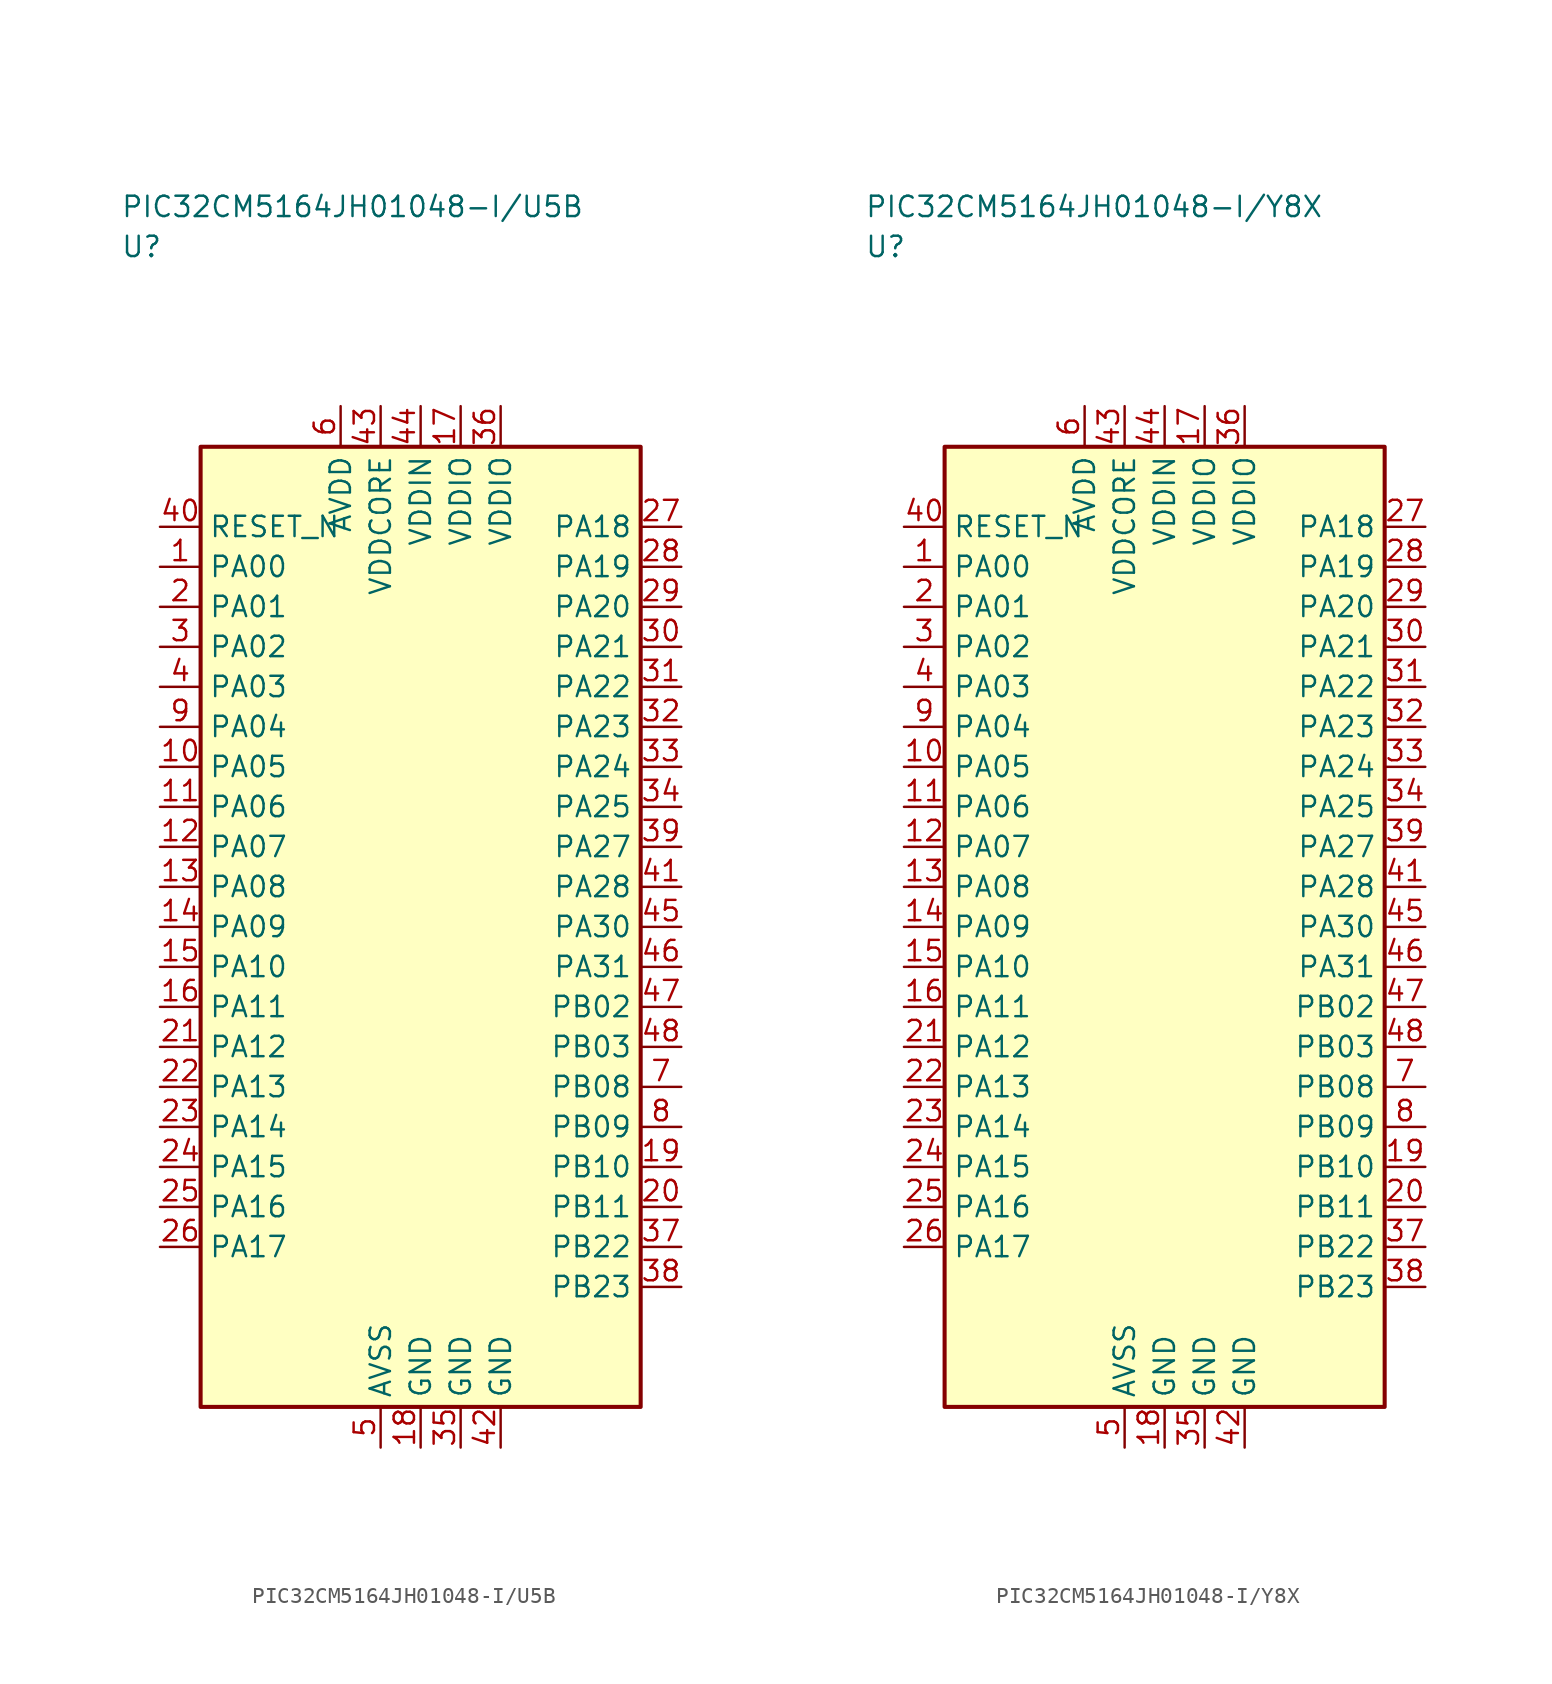
<source format=kicad_sym>
(kicad_symbol_lib
  (version 20241025)
  (generator "kicad_symbol_editor")
  (generator_version "8.0")
  (symbol "PIC32CM5164JH01048-I/U5B"
    (property "Reference" "U"
      (at -18.75 42.5 0)
      (effects (font (size 1.27 1.27)) (justify left)))
    (property "Value" "PIC32CM5164JH01048-I/U5B"
      (at -18.75 45.0 0)
      (effects (font (size 1.27 1.27)) (justify left)))
    (symbol "PIC32CM5164JH01048-I/U5B_0_1"
      (rectangle (start -13.75 30.0) (end 13.75 -30.0) (stroke (width 0.254) (type default)) (fill (type background))))
    (symbol "PIC32CM5164JH01048-I/U5B_1_1"
      (pin bidirectional line (at -16.29 22.5 0.0) (length 2.54) (name "PA00" (effects (font (size 1.27 1.27)))) (number "1" (effects (font (size 1.27 1.27)))))
      (pin bidirectional line (at -16.29 20.0 0.0) (length 2.54) (name "PA01" (effects (font (size 1.27 1.27)))) (number "2" (effects (font (size 1.27 1.27)))))
      (pin bidirectional line (at -16.29 17.5 0.0) (length 2.54) (name "PA02" (effects (font (size 1.27 1.27)))) (number "3" (effects (font (size 1.27 1.27)))))
      (pin bidirectional line (at -16.29 15.0 0.0) (length 2.54) (name "PA03" (effects (font (size 1.27 1.27)))) (number "4" (effects (font (size 1.27 1.27)))))
      (pin passive line (at -2.5 -32.54 90.0) (length 2.54) (name "AVSS" (effects (font (size 1.27 1.27)))) (number "5" (effects (font (size 1.27 1.27)))))
      (pin power_in line (at -5.0 32.54 270.0) (length 2.54) (name "AVDD" (effects (font (size 1.27 1.27)))) (number "6" (effects (font (size 1.27 1.27)))))
      (pin bidirectional line (at 16.29 -10.0 180.0) (length 2.54) (name "PB08" (effects (font (size 1.27 1.27)))) (number "7" (effects (font (size 1.27 1.27)))))
      (pin bidirectional line (at 16.29 -12.5 180.0) (length 2.54) (name "PB09" (effects (font (size 1.27 1.27)))) (number "8" (effects (font (size 1.27 1.27)))))
      (pin bidirectional line (at -16.29 12.5 0.0) (length 2.54) (name "PA04" (effects (font (size 1.27 1.27)))) (number "9" (effects (font (size 1.27 1.27)))))
      (pin bidirectional line (at -16.29 10.0 0.0) (length 2.54) (name "PA05" (effects (font (size 1.27 1.27)))) (number "10" (effects (font (size 1.27 1.27)))))
      (pin bidirectional line (at -16.29 7.5 0.0) (length 2.54) (name "PA06" (effects (font (size 1.27 1.27)))) (number "11" (effects (font (size 1.27 1.27)))))
      (pin bidirectional line (at -16.29 5.0 0.0) (length 2.54) (name "PA07" (effects (font (size 1.27 1.27)))) (number "12" (effects (font (size 1.27 1.27)))))
      (pin bidirectional line (at -16.29 2.5 0.0) (length 2.54) (name "PA08" (effects (font (size 1.27 1.27)))) (number "13" (effects (font (size 1.27 1.27)))))
      (pin bidirectional line (at -16.29 0.0 0.0) (length 2.54) (name "PA09" (effects (font (size 1.27 1.27)))) (number "14" (effects (font (size 1.27 1.27)))))
      (pin bidirectional line (at -16.29 -2.5 0.0) (length 2.54) (name "PA10" (effects (font (size 1.27 1.27)))) (number "15" (effects (font (size 1.27 1.27)))))
      (pin bidirectional line (at -16.29 -5.0 0.0) (length 2.54) (name "PA11" (effects (font (size 1.27 1.27)))) (number "16" (effects (font (size 1.27 1.27)))))
      (pin power_in line (at 2.5 32.54 270.0) (length 2.54) (name "VDDIO" (effects (font (size 1.27 1.27)))) (number "17" (effects (font (size 1.27 1.27)))))
      (pin passive line (at 0.0 -32.54 90.0) (length 2.54) (name "GND" (effects (font (size 1.27 1.27)))) (number "18" (effects (font (size 1.27 1.27)))))
      (pin bidirectional line (at 16.29 -15.0 180.0) (length 2.54) (name "PB10" (effects (font (size 1.27 1.27)))) (number "19" (effects (font (size 1.27 1.27)))))
      (pin bidirectional line (at 16.29 -17.5 180.0) (length 2.54) (name "PB11" (effects (font (size 1.27 1.27)))) (number "20" (effects (font (size 1.27 1.27)))))
      (pin bidirectional line (at -16.29 -7.5 0.0) (length 2.54) (name "PA12" (effects (font (size 1.27 1.27)))) (number "21" (effects (font (size 1.27 1.27)))))
      (pin bidirectional line (at -16.29 -10.0 0.0) (length 2.54) (name "PA13" (effects (font (size 1.27 1.27)))) (number "22" (effects (font (size 1.27 1.27)))))
      (pin bidirectional line (at -16.29 -12.5 0.0) (length 2.54) (name "PA14" (effects (font (size 1.27 1.27)))) (number "23" (effects (font (size 1.27 1.27)))))
      (pin bidirectional line (at -16.29 -15.0 0.0) (length 2.54) (name "PA15" (effects (font (size 1.27 1.27)))) (number "24" (effects (font (size 1.27 1.27)))))
      (pin bidirectional line (at -16.29 -17.5 0.0) (length 2.54) (name "PA16" (effects (font (size 1.27 1.27)))) (number "25" (effects (font (size 1.27 1.27)))))
      (pin bidirectional line (at -16.29 -20.0 0.0) (length 2.54) (name "PA17" (effects (font (size 1.27 1.27)))) (number "26" (effects (font (size 1.27 1.27)))))
      (pin bidirectional line (at 16.29 25.0 180.0) (length 2.54) (name "PA18" (effects (font (size 1.27 1.27)))) (number "27" (effects (font (size 1.27 1.27)))))
      (pin bidirectional line (at 16.29 22.5 180.0) (length 2.54) (name "PA19" (effects (font (size 1.27 1.27)))) (number "28" (effects (font (size 1.27 1.27)))))
      (pin bidirectional line (at 16.29 20.0 180.0) (length 2.54) (name "PA20" (effects (font (size 1.27 1.27)))) (number "29" (effects (font (size 1.27 1.27)))))
      (pin bidirectional line (at 16.29 17.5 180.0) (length 2.54) (name "PA21" (effects (font (size 1.27 1.27)))) (number "30" (effects (font (size 1.27 1.27)))))
      (pin bidirectional line (at 16.29 15.0 180.0) (length 2.54) (name "PA22" (effects (font (size 1.27 1.27)))) (number "31" (effects (font (size 1.27 1.27)))))
      (pin bidirectional line (at 16.29 12.5 180.0) (length 2.54) (name "PA23" (effects (font (size 1.27 1.27)))) (number "32" (effects (font (size 1.27 1.27)))))
      (pin bidirectional line (at 16.29 10.0 180.0) (length 2.54) (name "PA24" (effects (font (size 1.27 1.27)))) (number "33" (effects (font (size 1.27 1.27)))))
      (pin bidirectional line (at 16.29 7.5 180.0) (length 2.54) (name "PA25" (effects (font (size 1.27 1.27)))) (number "34" (effects (font (size 1.27 1.27)))))
      (pin passive line (at 2.5 -32.54 90.0) (length 2.54) (name "GND" (effects (font (size 1.27 1.27)))) (number "35" (effects (font (size 1.27 1.27)))))
      (pin power_in line (at 5.0 32.54 270.0) (length 2.54) (name "VDDIO" (effects (font (size 1.27 1.27)))) (number "36" (effects (font (size 1.27 1.27)))))
      (pin bidirectional line (at 16.29 -20.0 180.0) (length 2.54) (name "PB22" (effects (font (size 1.27 1.27)))) (number "37" (effects (font (size 1.27 1.27)))))
      (pin bidirectional line (at 16.29 -22.5 180.0) (length 2.54) (name "PB23" (effects (font (size 1.27 1.27)))) (number "38" (effects (font (size 1.27 1.27)))))
      (pin bidirectional line (at 16.29 5.0 180.0) (length 2.54) (name "PA27" (effects (font (size 1.27 1.27)))) (number "39" (effects (font (size 1.27 1.27)))))
      (pin input line (at -16.29 25.0 0.0) (length 2.54) (name "RESET_N" (effects (font (size 1.27 1.27)))) (number "40" (effects (font (size 1.27 1.27)))))
      (pin bidirectional line (at 16.29 2.5 180.0) (length 2.54) (name "PA28" (effects (font (size 1.27 1.27)))) (number "41" (effects (font (size 1.27 1.27)))))
      (pin passive line (at 5.0 -32.54 90.0) (length 2.54) (name "GND" (effects (font (size 1.27 1.27)))) (number "42" (effects (font (size 1.27 1.27)))))
      (pin power_in line (at -2.5 32.54 270.0) (length 2.54) (name "VDDCORE" (effects (font (size 1.27 1.27)))) (number "43" (effects (font (size 1.27 1.27)))))
      (pin power_in line (at 0.0 32.54 270.0) (length 2.54) (name "VDDIN" (effects (font (size 1.27 1.27)))) (number "44" (effects (font (size 1.27 1.27)))))
      (pin bidirectional line (at 16.29 0.0 180.0) (length 2.54) (name "PA30" (effects (font (size 1.27 1.27)))) (number "45" (effects (font (size 1.27 1.27)))))
      (pin bidirectional line (at 16.29 -2.5 180.0) (length 2.54) (name "PA31" (effects (font (size 1.27 1.27)))) (number "46" (effects (font (size 1.27 1.27)))))
      (pin bidirectional line (at 16.29 -5.0 180.0) (length 2.54) (name "PB02" (effects (font (size 1.27 1.27)))) (number "47" (effects (font (size 1.27 1.27)))))
      (pin bidirectional line (at 16.29 -7.5 180.0) (length 2.54) (name "PB03" (effects (font (size 1.27 1.27)))) (number "48" (effects (font (size 1.27 1.27)))))))
  (symbol "PIC32CM5164JH01048-I/Y8X"
    (property "Reference" "U"
      (at -18.75 42.5 0)
      (effects (font (size 1.27 1.27)) (justify left)))
    (property "Value" "PIC32CM5164JH01048-I/Y8X"
      (at -18.75 45.0 0)
      (effects (font (size 1.27 1.27)) (justify left)))
    (symbol "PIC32CM5164JH01048-I/Y8X_0_1"
      (rectangle (start -13.75 30.0) (end 13.75 -30.0) (stroke (width 0.254) (type default)) (fill (type background))))
    (symbol "PIC32CM5164JH01048-I/Y8X_1_1"
      (pin bidirectional line (at -16.29 22.5 0.0) (length 2.54) (name "PA00" (effects (font (size 1.27 1.27)))) (number "1" (effects (font (size 1.27 1.27)))))
      (pin bidirectional line (at -16.29 20.0 0.0) (length 2.54) (name "PA01" (effects (font (size 1.27 1.27)))) (number "2" (effects (font (size 1.27 1.27)))))
      (pin bidirectional line (at -16.29 17.5 0.0) (length 2.54) (name "PA02" (effects (font (size 1.27 1.27)))) (number "3" (effects (font (size 1.27 1.27)))))
      (pin bidirectional line (at -16.29 15.0 0.0) (length 2.54) (name "PA03" (effects (font (size 1.27 1.27)))) (number "4" (effects (font (size 1.27 1.27)))))
      (pin passive line (at -2.5 -32.54 90.0) (length 2.54) (name "AVSS" (effects (font (size 1.27 1.27)))) (number "5" (effects (font (size 1.27 1.27)))))
      (pin power_in line (at -5.0 32.54 270.0) (length 2.54) (name "AVDD" (effects (font (size 1.27 1.27)))) (number "6" (effects (font (size 1.27 1.27)))))
      (pin bidirectional line (at 16.29 -10.0 180.0) (length 2.54) (name "PB08" (effects (font (size 1.27 1.27)))) (number "7" (effects (font (size 1.27 1.27)))))
      (pin bidirectional line (at 16.29 -12.5 180.0) (length 2.54) (name "PB09" (effects (font (size 1.27 1.27)))) (number "8" (effects (font (size 1.27 1.27)))))
      (pin bidirectional line (at -16.29 12.5 0.0) (length 2.54) (name "PA04" (effects (font (size 1.27 1.27)))) (number "9" (effects (font (size 1.27 1.27)))))
      (pin bidirectional line (at -16.29 10.0 0.0) (length 2.54) (name "PA05" (effects (font (size 1.27 1.27)))) (number "10" (effects (font (size 1.27 1.27)))))
      (pin bidirectional line (at -16.29 7.5 0.0) (length 2.54) (name "PA06" (effects (font (size 1.27 1.27)))) (number "11" (effects (font (size 1.27 1.27)))))
      (pin bidirectional line (at -16.29 5.0 0.0) (length 2.54) (name "PA07" (effects (font (size 1.27 1.27)))) (number "12" (effects (font (size 1.27 1.27)))))
      (pin bidirectional line (at -16.29 2.5 0.0) (length 2.54) (name "PA08" (effects (font (size 1.27 1.27)))) (number "13" (effects (font (size 1.27 1.27)))))
      (pin bidirectional line (at -16.29 0.0 0.0) (length 2.54) (name "PA09" (effects (font (size 1.27 1.27)))) (number "14" (effects (font (size 1.27 1.27)))))
      (pin bidirectional line (at -16.29 -2.5 0.0) (length 2.54) (name "PA10" (effects (font (size 1.27 1.27)))) (number "15" (effects (font (size 1.27 1.27)))))
      (pin bidirectional line (at -16.29 -5.0 0.0) (length 2.54) (name "PA11" (effects (font (size 1.27 1.27)))) (number "16" (effects (font (size 1.27 1.27)))))
      (pin power_in line (at 2.5 32.54 270.0) (length 2.54) (name "VDDIO" (effects (font (size 1.27 1.27)))) (number "17" (effects (font (size 1.27 1.27)))))
      (pin passive line (at 0.0 -32.54 90.0) (length 2.54) (name "GND" (effects (font (size 1.27 1.27)))) (number "18" (effects (font (size 1.27 1.27)))))
      (pin bidirectional line (at 16.29 -15.0 180.0) (length 2.54) (name "PB10" (effects (font (size 1.27 1.27)))) (number "19" (effects (font (size 1.27 1.27)))))
      (pin bidirectional line (at 16.29 -17.5 180.0) (length 2.54) (name "PB11" (effects (font (size 1.27 1.27)))) (number "20" (effects (font (size 1.27 1.27)))))
      (pin bidirectional line (at -16.29 -7.5 0.0) (length 2.54) (name "PA12" (effects (font (size 1.27 1.27)))) (number "21" (effects (font (size 1.27 1.27)))))
      (pin bidirectional line (at -16.29 -10.0 0.0) (length 2.54) (name "PA13" (effects (font (size 1.27 1.27)))) (number "22" (effects (font (size 1.27 1.27)))))
      (pin bidirectional line (at -16.29 -12.5 0.0) (length 2.54) (name "PA14" (effects (font (size 1.27 1.27)))) (number "23" (effects (font (size 1.27 1.27)))))
      (pin bidirectional line (at -16.29 -15.0 0.0) (length 2.54) (name "PA15" (effects (font (size 1.27 1.27)))) (number "24" (effects (font (size 1.27 1.27)))))
      (pin bidirectional line (at -16.29 -17.5 0.0) (length 2.54) (name "PA16" (effects (font (size 1.27 1.27)))) (number "25" (effects (font (size 1.27 1.27)))))
      (pin bidirectional line (at -16.29 -20.0 0.0) (length 2.54) (name "PA17" (effects (font (size 1.27 1.27)))) (number "26" (effects (font (size 1.27 1.27)))))
      (pin bidirectional line (at 16.29 25.0 180.0) (length 2.54) (name "PA18" (effects (font (size 1.27 1.27)))) (number "27" (effects (font (size 1.27 1.27)))))
      (pin bidirectional line (at 16.29 22.5 180.0) (length 2.54) (name "PA19" (effects (font (size 1.27 1.27)))) (number "28" (effects (font (size 1.27 1.27)))))
      (pin bidirectional line (at 16.29 20.0 180.0) (length 2.54) (name "PA20" (effects (font (size 1.27 1.27)))) (number "29" (effects (font (size 1.27 1.27)))))
      (pin bidirectional line (at 16.29 17.5 180.0) (length 2.54) (name "PA21" (effects (font (size 1.27 1.27)))) (number "30" (effects (font (size 1.27 1.27)))))
      (pin bidirectional line (at 16.29 15.0 180.0) (length 2.54) (name "PA22" (effects (font (size 1.27 1.27)))) (number "31" (effects (font (size 1.27 1.27)))))
      (pin bidirectional line (at 16.29 12.5 180.0) (length 2.54) (name "PA23" (effects (font (size 1.27 1.27)))) (number "32" (effects (font (size 1.27 1.27)))))
      (pin bidirectional line (at 16.29 10.0 180.0) (length 2.54) (name "PA24" (effects (font (size 1.27 1.27)))) (number "33" (effects (font (size 1.27 1.27)))))
      (pin bidirectional line (at 16.29 7.5 180.0) (length 2.54) (name "PA25" (effects (font (size 1.27 1.27)))) (number "34" (effects (font (size 1.27 1.27)))))
      (pin passive line (at 2.5 -32.54 90.0) (length 2.54) (name "GND" (effects (font (size 1.27 1.27)))) (number "35" (effects (font (size 1.27 1.27)))))
      (pin power_in line (at 5.0 32.54 270.0) (length 2.54) (name "VDDIO" (effects (font (size 1.27 1.27)))) (number "36" (effects (font (size 1.27 1.27)))))
      (pin bidirectional line (at 16.29 -20.0 180.0) (length 2.54) (name "PB22" (effects (font (size 1.27 1.27)))) (number "37" (effects (font (size 1.27 1.27)))))
      (pin bidirectional line (at 16.29 -22.5 180.0) (length 2.54) (name "PB23" (effects (font (size 1.27 1.27)))) (number "38" (effects (font (size 1.27 1.27)))))
      (pin bidirectional line (at 16.29 5.0 180.0) (length 2.54) (name "PA27" (effects (font (size 1.27 1.27)))) (number "39" (effects (font (size 1.27 1.27)))))
      (pin input line (at -16.29 25.0 0.0) (length 2.54) (name "RESET_N" (effects (font (size 1.27 1.27)))) (number "40" (effects (font (size 1.27 1.27)))))
      (pin bidirectional line (at 16.29 2.5 180.0) (length 2.54) (name "PA28" (effects (font (size 1.27 1.27)))) (number "41" (effects (font (size 1.27 1.27)))))
      (pin passive line (at 5.0 -32.54 90.0) (length 2.54) (name "GND" (effects (font (size 1.27 1.27)))) (number "42" (effects (font (size 1.27 1.27)))))
      (pin power_in line (at -2.5 32.54 270.0) (length 2.54) (name "VDDCORE" (effects (font (size 1.27 1.27)))) (number "43" (effects (font (size 1.27 1.27)))))
      (pin power_in line (at 0.0 32.54 270.0) (length 2.54) (name "VDDIN" (effects (font (size 1.27 1.27)))) (number "44" (effects (font (size 1.27 1.27)))))
      (pin bidirectional line (at 16.29 0.0 180.0) (length 2.54) (name "PA30" (effects (font (size 1.27 1.27)))) (number "45" (effects (font (size 1.27 1.27)))))
      (pin bidirectional line (at 16.29 -2.5 180.0) (length 2.54) (name "PA31" (effects (font (size 1.27 1.27)))) (number "46" (effects (font (size 1.27 1.27)))))
      (pin bidirectional line (at 16.29 -5.0 180.0) (length 2.54) (name "PB02" (effects (font (size 1.27 1.27)))) (number "47" (effects (font (size 1.27 1.27)))))
      (pin bidirectional line (at 16.29 -7.5 180.0) (length 2.54) (name "PB03" (effects (font (size 1.27 1.27)))) (number "48" (effects (font (size 1.27 1.27))))))))
</source>
